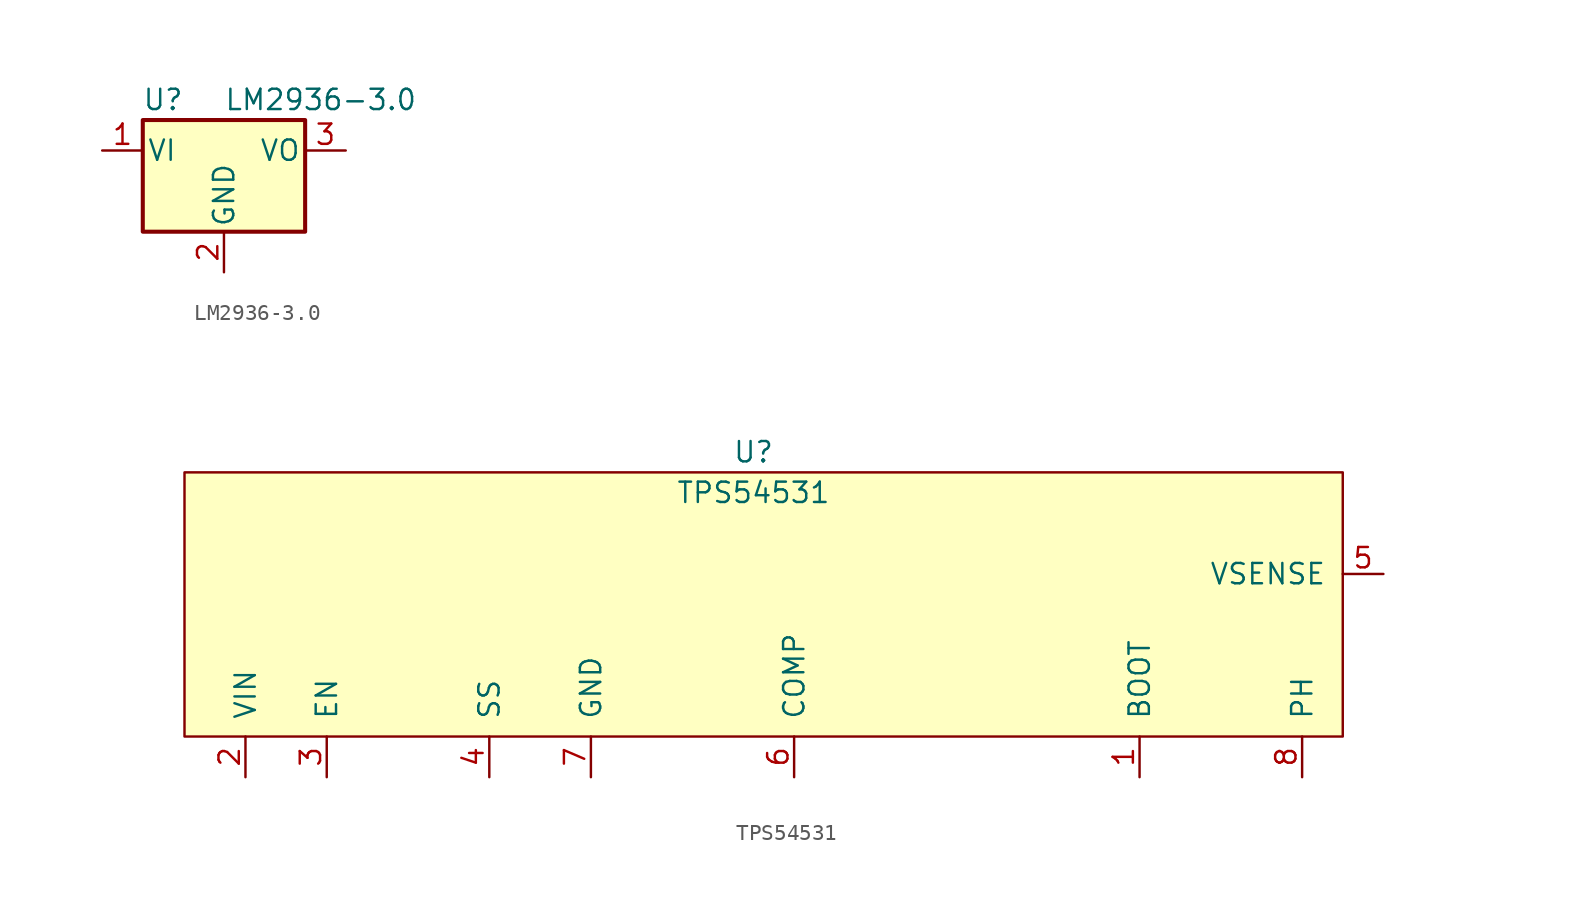
<source format=kicad_sym>
(kicad_symbol_lib
  (version 20220914)
  (generator kicad_symbol_editor)
  (symbol "LM2936-3.0"
    (pin_names
      (offset 0.254))
    (property "Reference" "U"
      (at -3.81 3.175 0)
      (effects (font (size 1.27 1.27))))
    (property "Value" "LM2936-3.0"
      (at 0 3.175 0)
      (effects (font (size 1.27 1.27)) (justify left)))
    (symbol "LM2936-3.0_0_1"
      (rectangle (start -5.08 1.905) (end 5.08 -5.08) (stroke (width 0.254) (type solid)) (fill (type background))))
    (symbol "LM2936-3.0_1_1"
      (pin power_in line (at -7.62 0 0) (length 2.54) (name "VI" (effects (font (size 1.27 1.27)))) (number "1" (effects (font (size 1.27 1.27)))))
      (pin power_in line (at 0 -7.62 90) (length 2.54) (name "GND" (effects (font (size 1.27 1.27)))) (number "2" (effects (font (size 1.27 1.27)))))
      (pin power_out line (at 7.62 0 180) (length 2.54) (name "VO" (effects (font (size 1.27 1.27)))) (number "3" (effects (font (size 1.27 1.27)))))
      (pin passive line (at 0 -7.62 90) (length 2.54) hide (name "~" (effects (font (size 1.27 1.27)))) (number "4" (effects (font (size 1.27 1.27)))))))
  (symbol "TPS54531"
    (pin_names
      (offset 1.016))
    (property "Reference" "U"
      (at 0 2.54 0)
      (effects (font (size 1.27 1.27))))
    (property "Value" "TPS54531"
      (at 0 0 0)
      (effects (font (size 1.27 1.27))))
    (symbol "TPS54531_0_1"
      (rectangle (start -35.56 -15.24) (end 36.83 1.27) (stroke (width 0) (type solid)) (fill (type background))))
    (symbol "TPS54531_1_1"
      (pin output line (at 24.13 -17.78 90) (length 2.54) (name "BOOT" (effects (font (size 1.27 1.27)))) (number "1" (effects (font (size 1.27 1.27)))))
      (pin power_in line (at -31.75 -17.78 90) (length 2.54) (name "VIN" (effects (font (size 1.27 1.27)))) (number "2" (effects (font (size 1.27 1.27)))))
      (pin input line (at -26.67 -17.78 90) (length 2.54) (name "EN" (effects (font (size 1.27 1.27)))) (number "3" (effects (font (size 1.27 1.27)))))
      (pin input line (at -16.51 -17.78 90) (length 2.54) (name "SS" (effects (font (size 1.27 1.27)))) (number "4" (effects (font (size 1.27 1.27)))))
      (pin input line (at 39.37 -5.08 180) (length 2.54) (name "VSENSE" (effects (font (size 1.27 1.27)))) (number "5" (effects (font (size 1.27 1.27)))))
      (pin output line (at 2.54 -17.78 90) (length 2.54) (name "COMP" (effects (font (size 1.27 1.27)))) (number "6" (effects (font (size 1.27 1.27)))))
      (pin power_in line (at -10.16 -17.78 90) (length 2.54) (name "GND" (effects (font (size 1.27 1.27)))) (number "7" (effects (font (size 1.27 1.27)))))
      (pin power_out line (at 34.29 -17.78 90) (length 2.54) (name "PH" (effects (font (size 1.27 1.27)))) (number "8" (effects (font (size 1.27 1.27)))))
      (pin input line (at -10.16 -17.78 90) (length 2.54) hide (name "PWRPAD" (effects (font (size 1.27 1.27)))) (number "9" (effects (font (size 1.27 1.27))))))))
</source>
